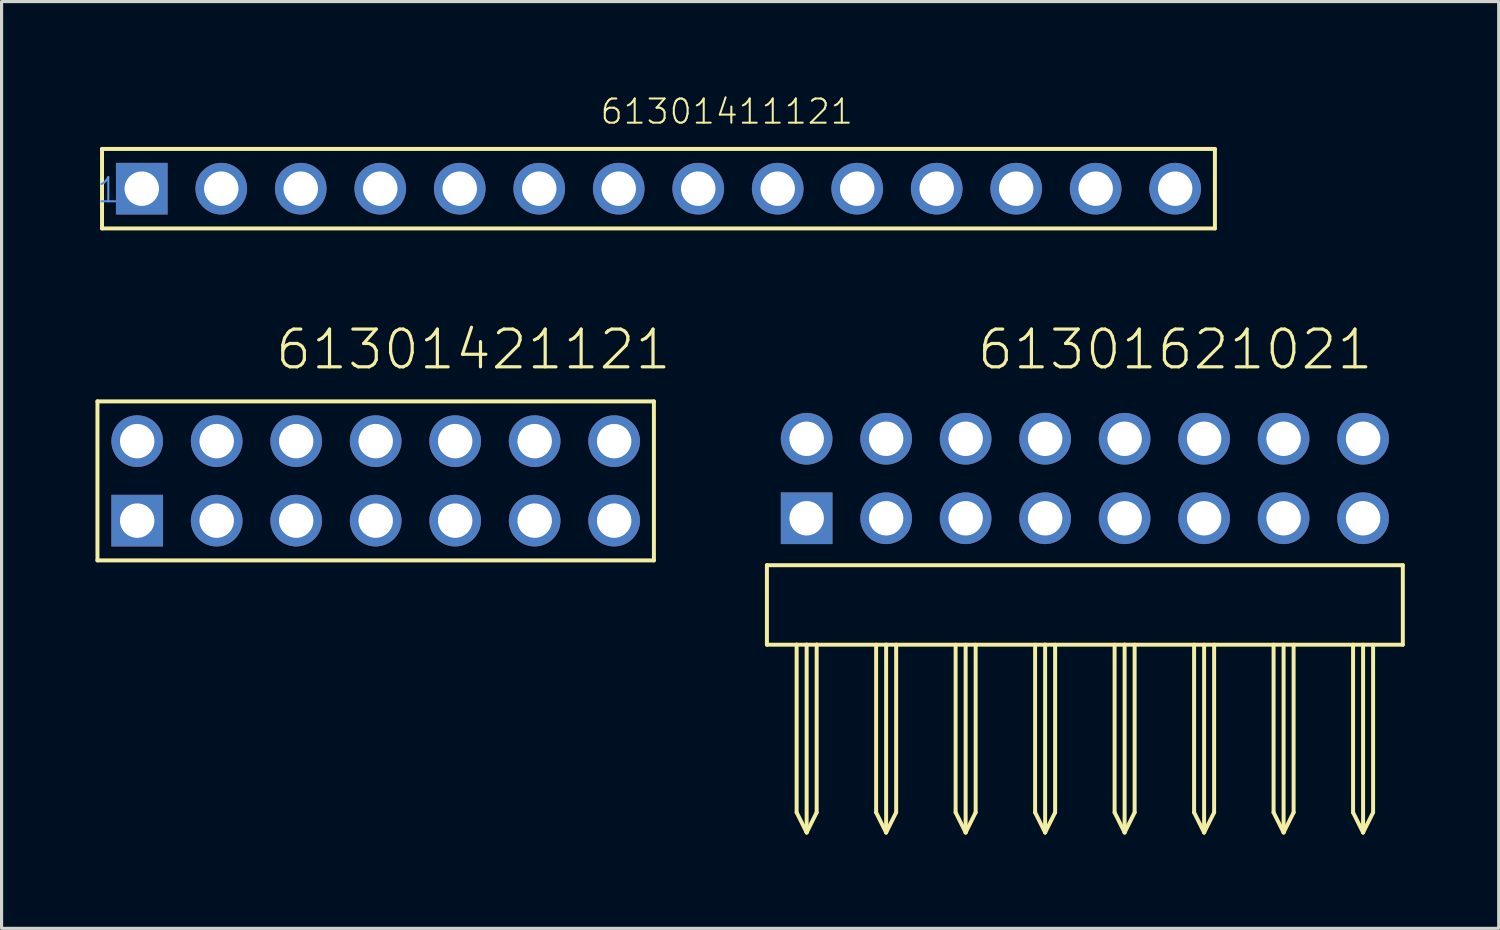
<source format=kicad_pcb>
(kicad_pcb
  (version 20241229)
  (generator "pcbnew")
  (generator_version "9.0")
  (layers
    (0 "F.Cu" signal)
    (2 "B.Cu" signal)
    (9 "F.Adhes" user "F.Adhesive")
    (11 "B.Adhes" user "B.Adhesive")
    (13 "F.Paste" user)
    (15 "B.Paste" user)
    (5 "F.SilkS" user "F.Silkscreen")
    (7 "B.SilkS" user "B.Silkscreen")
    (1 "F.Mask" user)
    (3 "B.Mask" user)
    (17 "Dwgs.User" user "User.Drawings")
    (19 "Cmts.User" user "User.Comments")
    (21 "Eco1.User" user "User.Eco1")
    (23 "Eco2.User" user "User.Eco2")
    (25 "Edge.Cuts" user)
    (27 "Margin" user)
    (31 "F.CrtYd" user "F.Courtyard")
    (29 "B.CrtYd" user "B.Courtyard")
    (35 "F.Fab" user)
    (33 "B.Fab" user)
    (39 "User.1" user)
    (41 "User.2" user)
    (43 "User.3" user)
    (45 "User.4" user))
  (footprint "61301621021"
    (layer "F.Cu")
    (at 31.615 13.51)
    (property "Reference" "61301621021" (at -3.498 -4.686 0) (layer "F.SilkS") (effects (font (size 1.206 1.206) (thickness 0.102)) (justify left bottom)))
    (attr through_hole)
    (fp_line (start -10.16 1.5) (end -10.16 4.04) (stroke (width 0.127) (type solid)) (layer "F.SilkS"))
    (fp_line (start -10.16 4.04) (end -9.21 4.04) (stroke (width 0.127) (type solid)) (layer "F.SilkS"))
    (fp_line (start -9.21 4.04) (end -9.21 9.4) (stroke (width 0.127) (type solid)) (layer "F.SilkS"))
    (fp_line (start -9.21 4.04) (end -8.89 4.04) (stroke (width 0.127) (type solid)) (layer "F.SilkS"))
    (fp_line (start -9.21 9.4) (end -8.89 10.04) (stroke (width 0.127) (type solid)) (layer "F.SilkS"))
    (fp_line (start -8.89 4.04) (end -8.89 10.04) (stroke (width 0.127) (type solid)) (layer "F.SilkS"))
    (fp_line (start -8.89 4.04) (end -8.57 4.04) (stroke (width 0.127) (type solid)) (layer "F.SilkS"))
    (fp_line (start -8.89 10.04) (end -8.57 9.4) (stroke (width 0.127) (type solid)) (layer "F.SilkS"))
    (fp_line (start -8.57 4.04) (end -8.57 9.4) (stroke (width 0.127) (type solid)) (layer "F.SilkS"))
    (fp_line (start -8.57 4.04) (end -6.35 4.04) (stroke (width 0.127) (type solid)) (layer "F.SilkS"))
    (fp_line (start -6.67 4.04) (end -6.67 9.4) (stroke (width 0.127) (type solid)) (layer "F.SilkS"))
    (fp_line (start -6.67 9.4) (end -6.35 10.04) (stroke (width 0.127) (type solid)) (layer "F.SilkS"))
    (fp_line (start -6.35 4.04) (end -6.35 10.04) (stroke (width 0.127) (type solid)) (layer "F.SilkS"))
    (fp_line (start -6.35 4.04) (end -1.27 4.04) (stroke (width 0.127) (type solid)) (layer "F.SilkS"))
    (fp_line (start -6.35 10.04) (end -6.03 9.4) (stroke (width 0.127) (type solid)) (layer "F.SilkS"))
    (fp_line (start -6.03 4.04) (end -6.03 9.4) (stroke (width 0.127) (type solid)) (layer "F.SilkS"))
    (fp_line (start -4.13 4.04) (end -4.13 9.4) (stroke (width 0.127) (type solid)) (layer "F.SilkS"))
    (fp_line (start -4.13 9.4) (end -3.81 10.04) (stroke (width 0.127) (type solid)) (layer "F.SilkS"))
    (fp_line (start -3.81 4.04) (end -3.81 10.04) (stroke (width 0.127) (type solid)) (layer "F.SilkS"))
    (fp_line (start -3.81 10.04) (end -3.49 9.4) (stroke (width 0.127) (type solid)) (layer "F.SilkS"))
    (fp_line (start -3.49 4.04) (end -3.49 9.4) (stroke (width 0.127) (type solid)) (layer "F.SilkS"))
    (fp_line (start -1.59 4.04) (end -1.59 9.4) (stroke (width 0.127) (type solid)) (layer "F.SilkS"))
    (fp_line (start -1.59 9.4) (end -1.27 10.04) (stroke (width 0.127) (type solid)) (layer "F.SilkS"))
    (fp_line (start -1.27 4.04) (end -1.27 10.04) (stroke (width 0.127) (type solid)) (layer "F.SilkS"))
    (fp_line (start -1.27 4.04) (end 1.27 4.04) (stroke (width 0.127) (type solid)) (layer "F.SilkS"))
    (fp_line (start -1.27 10.04) (end -0.95 9.4) (stroke (width 0.127) (type solid)) (layer "F.SilkS"))
    (fp_line (start -0.95 4.04) (end -0.95 9.4) (stroke (width 0.127) (type solid)) (layer "F.SilkS"))
    (fp_line (start 0.95 4.04) (end 0.95 9.4) (stroke (width 0.127) (type solid)) (layer "F.SilkS"))
    (fp_line (start 0.95 9.4) (end 1.27 10.04) (stroke (width 0.127) (type solid)) (layer "F.SilkS"))
    (fp_line (start 1.27 4.04) (end 1.27 10.04) (stroke (width 0.127) (type solid)) (layer "F.SilkS"))
    (fp_line (start 1.27 4.04) (end 10.16 4.04) (stroke (width 0.127) (type solid)) (layer "F.SilkS"))
    (fp_line (start 1.27 10.04) (end 1.59 9.4) (stroke (width 0.127) (type solid)) (layer "F.SilkS"))
    (fp_line (start 1.59 4.04) (end 1.59 9.4) (stroke (width 0.127) (type solid)) (layer "F.SilkS"))
    (fp_line (start 3.49 4.04) (end 3.49 9.4) (stroke (width 0.127) (type solid)) (layer "F.SilkS"))
    (fp_line (start 3.49 9.4) (end 3.81 10.04) (stroke (width 0.127) (type solid)) (layer "F.SilkS"))
    (fp_line (start 3.81 4.04) (end 3.81 10.04) (stroke (width 0.127) (type solid)) (layer "F.SilkS"))
    (fp_line (start 3.81 10.04) (end 4.13 9.4) (stroke (width 0.127) (type solid)) (layer "F.SilkS"))
    (fp_line (start 4.13 4.04) (end 4.13 9.4) (stroke (width 0.127) (type solid)) (layer "F.SilkS"))
    (fp_line (start 6.03 4.04) (end 6.03 9.4) (stroke (width 0.127) (type solid)) (layer "F.SilkS"))
    (fp_line (start 6.03 9.4) (end 6.35 10.04) (stroke (width 0.127) (type solid)) (layer "F.SilkS"))
    (fp_line (start 6.35 4.04) (end 6.35 10.04) (stroke (width 0.127) (type solid)) (layer "F.SilkS"))
    (fp_line (start 6.35 10.04) (end 6.67 9.4) (stroke (width 0.127) (type solid)) (layer "F.SilkS"))
    (fp_line (start 6.67 4.04) (end 6.67 9.4) (stroke (width 0.127) (type solid)) (layer "F.SilkS"))
    (fp_line (start 8.57 4.04) (end 8.57 9.4) (stroke (width 0.127) (type solid)) (layer "F.SilkS"))
    (fp_line (start 8.57 9.4) (end 8.89 10.04) (stroke (width 0.127) (type solid)) (layer "F.SilkS"))
    (fp_line (start 8.89 4.04) (end 8.89 10.04) (stroke (width 0.127) (type solid)) (layer "F.SilkS"))
    (fp_line (start 8.89 10.04) (end 9.21 9.4) (stroke (width 0.127) (type solid)) (layer "F.SilkS"))
    (fp_line (start 9.21 4.04) (end 9.21 9.4) (stroke (width 0.127) (type solid)) (layer "F.SilkS"))
    (fp_line (start 10.16 1.5) (end -10.16 1.5) (stroke (width 0.127) (type solid)) (layer "F.SilkS"))
    (fp_line (start 10.16 4.04) (end 10.16 1.5) (stroke (width 0.127) (type solid)) (layer "F.SilkS"))
    (pad "1" thru_hole rect (at -8.89 0 180) (size 1.65 1.65) (drill 1.1) (layers "*.Cu" "*.Mask"))
    (pad "2" thru_hole circle (at -6.35 0 180) (size 1.65 1.65) (drill 1.1) (layers "*.Cu" "*.Mask"))
    (pad "3" thru_hole circle (at -3.81 0 180) (size 1.65 1.65) (drill 1.1) (layers "*.Cu" "*.Mask"))
    (pad "4" thru_hole circle (at -1.27 0 180) (size 1.65 1.65) (drill 1.1) (layers "*.Cu" "*.Mask"))
    (pad "5" thru_hole circle (at 1.27 0 180) (size 1.65 1.65) (drill 1.1) (layers "*.Cu" "*.Mask"))
    (pad "6" thru_hole circle (at 3.81 0 180) (size 1.65 1.65) (drill 1.1) (layers "*.Cu" "*.Mask"))
    (pad "7" thru_hole circle (at 6.35 0 180) (size 1.65 1.65) (drill 1.1) (layers "*.Cu" "*.Mask"))
    (pad "8" thru_hole circle (at 8.89 0 180) (size 1.65 1.65) (drill 1.1) (layers "*.Cu" "*.Mask"))
    (pad "9" thru_hole circle (at 8.89 -2.54) (size 1.65 1.65) (drill 1.1) (layers "*.Cu" "*.Mask"))
    (pad "10" thru_hole circle (at 6.35 -2.54) (size 1.65 1.65) (drill 1.1) (layers "*.Cu" "*.Mask"))
    (pad "11" thru_hole circle (at 3.81 -2.54) (size 1.65 1.65) (drill 1.1) (layers "*.Cu" "*.Mask"))
    (pad "12" thru_hole circle (at 1.27 -2.54) (size 1.65 1.65) (drill 1.1) (layers "*.Cu" "*.Mask"))
    (pad "13" thru_hole circle (at -1.27 -2.54) (size 1.65 1.65) (drill 1.1) (layers "*.Cu" "*.Mask"))
    (pad "14" thru_hole circle (at -3.81 -2.54) (size 1.65 1.65) (drill 1.1) (layers "*.Cu" "*.Mask"))
    (pad "15" thru_hole circle (at -6.35 -2.54) (size 1.65 1.65) (drill 1.1) (layers "*.Cu" "*.Mask"))
    (pad "16" thru_hole circle (at -8.89 -2.54) (size 1.65 1.65) (drill 1.1) (layers "*.Cu" "*.Mask")))
  (footprint "61301421121"
    (layer "F.Cu")
    (at 8.954 12.316)
    (property "Reference" "61301421121" (at -3.265 -3.492 0) (layer "F.SilkS") (effects (font (size 1.206 1.206) (thickness 0.102)) (justify left bottom)))
    (attr through_hole)
    (fp_line (start -8.89 -2.54) (end 8.89 -2.54) (stroke (width 0.127) (type solid)) (layer "F.SilkS"))
    (fp_line (start -8.89 2.54) (end -8.89 -2.54) (stroke (width 0.127) (type solid)) (layer "F.SilkS"))
    (fp_line (start 8.89 -2.54) (end 8.89 2.54) (stroke (width 0.127) (type solid)) (layer "F.SilkS"))
    (fp_line (start 8.89 2.54) (end -8.89 2.54) (stroke (width 0.127) (type solid)) (layer "F.SilkS"))
    (pad "1" thru_hole rect (at -7.62 1.27) (size 1.65 1.65) (drill 1.1) (layers "*.Cu" "*.Mask"))
    (pad "2" thru_hole circle (at -5.08 1.27) (size 1.65 1.65) (drill 1.1) (layers "*.Cu" "*.Mask"))
    (pad "3" thru_hole circle (at -2.54 1.27) (size 1.65 1.65) (drill 1.1) (layers "*.Cu" "*.Mask"))
    (pad "4" thru_hole circle (at 0 1.27) (size 1.65 1.65) (drill 1.1) (layers "*.Cu" "*.Mask"))
    (pad "5" thru_hole circle (at 2.54 1.27) (size 1.65 1.65) (drill 1.1) (layers "*.Cu" "*.Mask"))
    (pad "6" thru_hole circle (at 5.08 1.27) (size 1.65 1.65) (drill 1.1) (layers "*.Cu" "*.Mask"))
    (pad "7" thru_hole circle (at 7.62 1.27) (size 1.65 1.65) (drill 1.1) (layers "*.Cu" "*.Mask"))
    (pad "8" thru_hole circle (at 7.62 -1.27) (size 1.65 1.65) (drill 1.1) (layers "*.Cu" "*.Mask"))
    (pad "9" thru_hole circle (at 5.08 -1.27) (size 1.65 1.65) (drill 1.1) (layers "*.Cu" "*.Mask"))
    (pad "10" thru_hole circle (at 2.54 -1.27) (size 1.65 1.65) (drill 1.1) (layers "*.Cu" "*.Mask"))
    (pad "11" thru_hole circle (at 0 -1.27) (size 1.65 1.65) (drill 1.1) (layers "*.Cu" "*.Mask"))
    (pad "12" thru_hole circle (at -2.54 -1.27) (size 1.65 1.65) (drill 1.1) (layers "*.Cu" "*.Mask"))
    (pad "13" thru_hole circle (at -5.08 -1.27) (size 1.65 1.65) (drill 1.1) (layers "*.Cu" "*.Mask"))
    (pad "14" thru_hole circle (at -7.62 -1.27) (size 1.65 1.65) (drill 1.1) (layers "*.Cu" "*.Mask")))
  (footprint "61301411121"
    (layer "F.Cu")
    (at 17.99 2.979)
    (property "Reference" "61301411121" (at -1.905 -2.012 0) (layer "F.SilkS") (effects (font (size 0.772 0.772) (thickness 0.065)) (justify left bottom)))
    (attr through_hole)
    (fp_line (start -17.78 -1.27) (end -17.78 1.27) (stroke (width 0.127) (type solid)) (layer "F.SilkS"))
    (fp_line (start -17.78 1.27) (end 17.78 1.27) (stroke (width 0.127) (type solid)) (layer "F.SilkS"))
    (fp_line (start 17.78 -1.27) (end -17.78 -1.27) (stroke (width 0.127) (type solid)) (layer "F.SilkS"))
    (fp_line (start 17.78 1.27) (end 17.78 -1.27) (stroke (width 0.127) (type solid)) (layer "F.SilkS"))
    (fp_text user "1" (at -17.99 0.5 0) (layer "Cmts.User") (effects (font (size 0.772 0.772) (thickness 0.065)) (justify left bottom)))
    (pad "1" thru_hole rect (at -16.51 0) (size 1.65 1.65) (drill 1.1) (layers "*.Cu" "*.Mask"))
    (pad "2" thru_hole circle (at -13.97 0) (size 1.65 1.65) (drill 1.1) (layers "*.Cu" "*.Mask"))
    (pad "3" thru_hole circle (at -11.43 0) (size 1.65 1.65) (drill 1.1) (layers "*.Cu" "*.Mask"))
    (pad "4" thru_hole circle (at -8.89 0) (size 1.65 1.65) (drill 1.1) (layers "*.Cu" "*.Mask"))
    (pad "5" thru_hole circle (at -6.35 0) (size 1.65 1.65) (drill 1.1) (layers "*.Cu" "*.Mask"))
    (pad "6" thru_hole circle (at -3.81 0) (size 1.65 1.65) (drill 1.1) (layers "*.Cu" "*.Mask"))
    (pad "7" thru_hole circle (at -1.27 0) (size 1.65 1.65) (drill 1.1) (layers "*.Cu" "*.Mask"))
    (pad "8" thru_hole circle (at 1.27 0) (size 1.65 1.65) (drill 1.1) (layers "*.Cu" "*.Mask"))
    (pad "9" thru_hole circle (at 3.81 0) (size 1.65 1.65) (drill 1.1) (layers "*.Cu" "*.Mask"))
    (pad "10" thru_hole circle (at 6.35 0) (size 1.65 1.65) (drill 1.1) (layers "*.Cu" "*.Mask"))
    (pad "11" thru_hole circle (at 8.89 0) (size 1.65 1.65) (drill 1.1) (layers "*.Cu" "*.Mask"))
    (pad "12" thru_hole circle (at 11.43 0) (size 1.65 1.65) (drill 1.1) (layers "*.Cu" "*.Mask"))
    (pad "13" thru_hole circle (at 13.97 0) (size 1.65 1.65) (drill 1.1) (layers "*.Cu" "*.Mask"))
    (pad "14" thru_hole circle (at 16.51 0) (size 1.65 1.65) (drill 1.1) (layers "*.Cu" "*.Mask")))
  (gr_rect
    (start -3 -3)
    (end 44.838 26.614)
    (stroke (width 0.1) (type default))
    (fill no)
    (layer "Edge.Cuts")))
</source>
